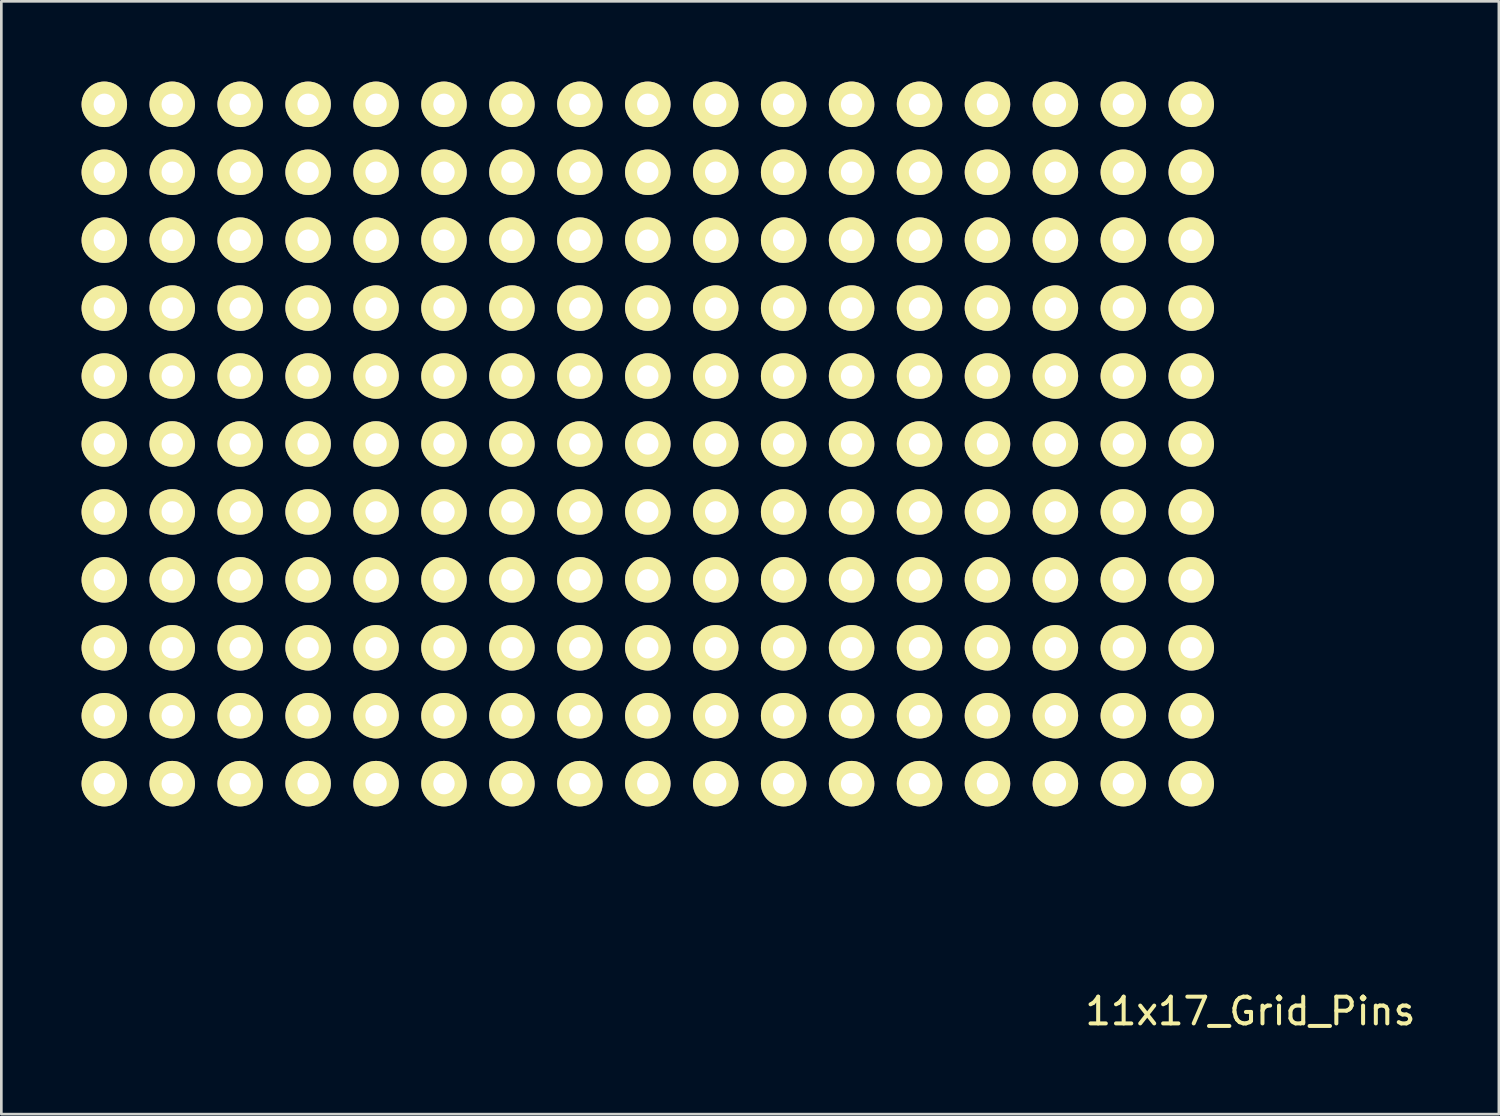
<source format=kicad_pcb>
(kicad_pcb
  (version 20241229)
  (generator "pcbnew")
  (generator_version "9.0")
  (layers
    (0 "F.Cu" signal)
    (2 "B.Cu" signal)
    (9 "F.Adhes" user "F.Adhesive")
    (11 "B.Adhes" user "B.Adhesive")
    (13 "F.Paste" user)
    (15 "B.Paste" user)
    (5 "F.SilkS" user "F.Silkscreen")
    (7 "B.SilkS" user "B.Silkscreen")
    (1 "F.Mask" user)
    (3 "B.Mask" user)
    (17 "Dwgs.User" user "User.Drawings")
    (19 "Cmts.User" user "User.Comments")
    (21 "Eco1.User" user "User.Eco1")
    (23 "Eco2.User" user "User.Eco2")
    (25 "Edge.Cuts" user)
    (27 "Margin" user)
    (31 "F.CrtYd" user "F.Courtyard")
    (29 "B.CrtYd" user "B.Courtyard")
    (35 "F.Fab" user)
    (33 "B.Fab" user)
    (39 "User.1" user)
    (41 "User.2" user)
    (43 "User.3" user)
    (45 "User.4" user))
  (footprint "11x17_Grid_Pins"
    (layer "F.Cu")
    (at 21.17 13.55)
    (property "Reference" "11x17_Grid_Pins" (at 22.53 21.209 0) (layer "F.SilkS") (effects (font (size 1 1) (thickness 0.15))))
    (attr through_hole)
    (pad "1" thru_hole circle (at -20.32 -12.7) (size 1.7 1.7) (drill 0.8) (layers "*.Cu" "*.Mask" "F.SilkS"))
    (pad "2" thru_hole circle (at -17.78 -12.7) (size 1.7 1.7) (drill 0.8) (layers "*.Cu" "*.Mask" "F.SilkS"))
    (pad "3" thru_hole circle (at -15.24 -12.7) (size 1.7 1.7) (drill 0.8) (layers "*.Cu" "*.Mask" "F.SilkS"))
    (pad "4" thru_hole circle (at -12.7 -12.7) (size 1.7 1.7) (drill 0.8) (layers "*.Cu" "*.Mask" "F.SilkS"))
    (pad "5" thru_hole circle (at -10.16 -12.7) (size 1.7 1.7) (drill 0.8) (layers "*.Cu" "*.Mask" "F.SilkS"))
    (pad "6" thru_hole circle (at -7.62 -12.7) (size 1.7 1.7) (drill 0.8) (layers "*.Cu" "*.Mask" "F.SilkS"))
    (pad "7" thru_hole circle (at -5.08 -12.7) (size 1.7 1.7) (drill 0.8) (layers "*.Cu" "*.Mask" "F.SilkS"))
    (pad "8" thru_hole circle (at -2.54 -12.7) (size 1.7 1.7) (drill 0.8) (layers "*.Cu" "*.Mask" "F.SilkS"))
    (pad "9" thru_hole circle (at 0 -12.7) (size 1.7 1.7) (drill 0.8) (layers "*.Cu" "*.Mask" "F.SilkS"))
    (pad "10" thru_hole circle (at 2.54 -12.7) (size 1.7 1.7) (drill 0.8) (layers "*.Cu" "*.Mask" "F.SilkS"))
    (pad "11" thru_hole circle (at 5.08 -12.7) (size 1.7 1.7) (drill 0.8) (layers "*.Cu" "*.Mask" "F.SilkS"))
    (pad "12" thru_hole circle (at 7.62 -12.7) (size 1.7 1.7) (drill 0.8) (layers "*.Cu" "*.Mask" "F.SilkS"))
    (pad "13" thru_hole circle (at 10.16 -12.7) (size 1.7 1.7) (drill 0.8) (layers "*.Cu" "*.Mask" "F.SilkS"))
    (pad "14" thru_hole circle (at 12.7 -12.7) (size 1.7 1.7) (drill 0.8) (layers "*.Cu" "*.Mask" "F.SilkS"))
    (pad "15" thru_hole circle (at 15.24 -12.7) (size 1.7 1.7) (drill 0.8) (layers "*.Cu" "*.Mask" "F.SilkS"))
    (pad "16" thru_hole circle (at 17.78 -12.7) (size 1.7 1.7) (drill 0.8) (layers "*.Cu" "*.Mask" "F.SilkS"))
    (pad "17" thru_hole circle (at 20.32 -12.7) (size 1.7 1.7) (drill 0.8) (layers "*.Cu" "*.Mask" "F.SilkS"))
    (pad "18" thru_hole circle (at -20.32 -10.16) (size 1.7 1.7) (drill 0.8) (layers "*.Cu" "*.Mask" "F.SilkS"))
    (pad "19" thru_hole circle (at -17.78 -10.16) (size 1.7 1.7) (drill 0.8) (layers "*.Cu" "*.Mask" "F.SilkS"))
    (pad "20" thru_hole circle (at -15.24 -10.16) (size 1.7 1.7) (drill 0.8) (layers "*.Cu" "*.Mask" "F.SilkS"))
    (pad "21" thru_hole circle (at -12.7 -10.16) (size 1.7 1.7) (drill 0.8) (layers "*.Cu" "*.Mask" "F.SilkS"))
    (pad "22" thru_hole circle (at -10.16 -10.16) (size 1.7 1.7) (drill 0.8) (layers "*.Cu" "*.Mask" "F.SilkS"))
    (pad "23" thru_hole circle (at -7.62 -10.16) (size 1.7 1.7) (drill 0.8) (layers "*.Cu" "*.Mask" "F.SilkS"))
    (pad "24" thru_hole circle (at -5.08 -10.16) (size 1.7 1.7) (drill 0.8) (layers "*.Cu" "*.Mask" "F.SilkS"))
    (pad "25" thru_hole circle (at -2.54 -10.16) (size 1.7 1.7) (drill 0.8) (layers "*.Cu" "*.Mask" "F.SilkS"))
    (pad "26" thru_hole circle (at 0 -10.16) (size 1.7 1.7) (drill 0.8) (layers "*.Cu" "*.Mask" "F.SilkS"))
    (pad "27" thru_hole circle (at 2.54 -10.16) (size 1.7 1.7) (drill 0.8) (layers "*.Cu" "*.Mask" "F.SilkS"))
    (pad "28" thru_hole circle (at 5.08 -10.16) (size 1.7 1.7) (drill 0.8) (layers "*.Cu" "*.Mask" "F.SilkS"))
    (pad "29" thru_hole circle (at 7.62 -10.16) (size 1.7 1.7) (drill 0.8) (layers "*.Cu" "*.Mask" "F.SilkS"))
    (pad "30" thru_hole circle (at 10.16 -10.16) (size 1.7 1.7) (drill 0.8) (layers "*.Cu" "*.Mask" "F.SilkS"))
    (pad "31" thru_hole circle (at 12.7 -10.16) (size 1.7 1.7) (drill 0.8) (layers "*.Cu" "*.Mask" "F.SilkS"))
    (pad "32" thru_hole circle (at 15.24 -10.16) (size 1.7 1.7) (drill 0.8) (layers "*.Cu" "*.Mask" "F.SilkS"))
    (pad "33" thru_hole circle (at 17.78 -10.16) (size 1.7 1.7) (drill 0.8) (layers "*.Cu" "*.Mask" "F.SilkS"))
    (pad "34" thru_hole circle (at 20.32 -10.16) (size 1.7 1.7) (drill 0.8) (layers "*.Cu" "*.Mask" "F.SilkS"))
    (pad "35" thru_hole circle (at -20.32 -7.62) (size 1.7 1.7) (drill 0.8) (layers "*.Cu" "*.Mask" "F.SilkS"))
    (pad "36" thru_hole circle (at -17.78 -7.62) (size 1.7 1.7) (drill 0.8) (layers "*.Cu" "*.Mask" "F.SilkS"))
    (pad "37" thru_hole circle (at -15.24 -7.62) (size 1.7 1.7) (drill 0.8) (layers "*.Cu" "*.Mask" "F.SilkS"))
    (pad "38" thru_hole circle (at -12.7 -7.62) (size 1.7 1.7) (drill 0.8) (layers "*.Cu" "*.Mask" "F.SilkS"))
    (pad "39" thru_hole circle (at -10.16 -7.62) (size 1.7 1.7) (drill 0.8) (layers "*.Cu" "*.Mask" "F.SilkS"))
    (pad "40" thru_hole circle (at -7.62 -7.62) (size 1.7 1.7) (drill 0.8) (layers "*.Cu" "*.Mask" "F.SilkS"))
    (pad "41" thru_hole circle (at -5.08 -7.62) (size 1.7 1.7) (drill 0.8) (layers "*.Cu" "*.Mask" "F.SilkS"))
    (pad "42" thru_hole circle (at -2.54 -7.62) (size 1.7 1.7) (drill 0.8) (layers "*.Cu" "*.Mask" "F.SilkS"))
    (pad "43" thru_hole circle (at 0 -7.62) (size 1.7 1.7) (drill 0.8) (layers "*.Cu" "*.Mask" "F.SilkS"))
    (pad "44" thru_hole circle (at 2.54 -7.62) (size 1.7 1.7) (drill 0.8) (layers "*.Cu" "*.Mask" "F.SilkS"))
    (pad "45" thru_hole circle (at 5.08 -7.62) (size 1.7 1.7) (drill 0.8) (layers "*.Cu" "*.Mask" "F.SilkS"))
    (pad "46" thru_hole circle (at 7.62 -7.62) (size 1.7 1.7) (drill 0.8) (layers "*.Cu" "*.Mask" "F.SilkS"))
    (pad "47" thru_hole circle (at 10.16 -7.62) (size 1.7 1.7) (drill 0.8) (layers "*.Cu" "*.Mask" "F.SilkS"))
    (pad "48" thru_hole circle (at 12.7 -7.62) (size 1.7 1.7) (drill 0.8) (layers "*.Cu" "*.Mask" "F.SilkS"))
    (pad "49" thru_hole circle (at 15.24 -7.62) (size 1.7 1.7) (drill 0.8) (layers "*.Cu" "*.Mask" "F.SilkS"))
    (pad "50" thru_hole circle (at 17.78 -7.62) (size 1.7 1.7) (drill 0.8) (layers "*.Cu" "*.Mask" "F.SilkS"))
    (pad "51" thru_hole circle (at 20.32 -7.62) (size 1.7 1.7) (drill 0.8) (layers "*.Cu" "*.Mask" "F.SilkS"))
    (pad "52" thru_hole circle (at -20.32 -5.08) (size 1.7 1.7) (drill 0.8) (layers "*.Cu" "*.Mask" "F.SilkS"))
    (pad "53" thru_hole circle (at -17.78 -5.08) (size 1.7 1.7) (drill 0.8) (layers "*.Cu" "*.Mask" "F.SilkS"))
    (pad "54" thru_hole circle (at -15.24 -5.08) (size 1.7 1.7) (drill 0.8) (layers "*.Cu" "*.Mask" "F.SilkS"))
    (pad "55" thru_hole circle (at -12.7 -5.08) (size 1.7 1.7) (drill 0.8) (layers "*.Cu" "*.Mask" "F.SilkS"))
    (pad "56" thru_hole circle (at -10.16 -5.08) (size 1.7 1.7) (drill 0.8) (layers "*.Cu" "*.Mask" "F.SilkS"))
    (pad "57" thru_hole circle (at -7.62 -5.08) (size 1.7 1.7) (drill 0.8) (layers "*.Cu" "*.Mask" "F.SilkS"))
    (pad "58" thru_hole circle (at -5.08 -5.08) (size 1.7 1.7) (drill 0.8) (layers "*.Cu" "*.Mask" "F.SilkS"))
    (pad "59" thru_hole circle (at -2.54 -5.08) (size 1.7 1.7) (drill 0.8) (layers "*.Cu" "*.Mask" "F.SilkS"))
    (pad "60" thru_hole circle (at 0 -5.08) (size 1.7 1.7) (drill 0.8) (layers "*.Cu" "*.Mask" "F.SilkS"))
    (pad "61" thru_hole circle (at 2.54 -5.08) (size 1.7 1.7) (drill 0.8) (layers "*.Cu" "*.Mask" "F.SilkS"))
    (pad "62" thru_hole circle (at 5.08 -5.08) (size 1.7 1.7) (drill 0.8) (layers "*.Cu" "*.Mask" "F.SilkS"))
    (pad "63" thru_hole circle (at 7.62 -5.08) (size 1.7 1.7) (drill 0.8) (layers "*.Cu" "*.Mask" "F.SilkS"))
    (pad "64" thru_hole circle (at 10.16 -5.08) (size 1.7 1.7) (drill 0.8) (layers "*.Cu" "*.Mask" "F.SilkS"))
    (pad "65" thru_hole circle (at 12.7 -5.08) (size 1.7 1.7) (drill 0.8) (layers "*.Cu" "*.Mask" "F.SilkS"))
    (pad "66" thru_hole circle (at 15.24 -5.08) (size 1.7 1.7) (drill 0.8) (layers "*.Cu" "*.Mask" "F.SilkS"))
    (pad "67" thru_hole circle (at 17.78 -5.08) (size 1.7 1.7) (drill 0.8) (layers "*.Cu" "*.Mask" "F.SilkS"))
    (pad "68" thru_hole circle (at 20.32 -5.08) (size 1.7 1.7) (drill 0.8) (layers "*.Cu" "*.Mask" "F.SilkS"))
    (pad "69" thru_hole circle (at -20.32 -2.54) (size 1.7 1.7) (drill 0.8) (layers "*.Cu" "*.Mask" "F.SilkS"))
    (pad "70" thru_hole circle (at -17.78 -2.54) (size 1.7 1.7) (drill 0.8) (layers "*.Cu" "*.Mask" "F.SilkS"))
    (pad "71" thru_hole circle (at -15.24 -2.54) (size 1.7 1.7) (drill 0.8) (layers "*.Cu" "*.Mask" "F.SilkS"))
    (pad "72" thru_hole circle (at -12.7 -2.54) (size 1.7 1.7) (drill 0.8) (layers "*.Cu" "*.Mask" "F.SilkS"))
    (pad "73" thru_hole circle (at -10.16 -2.54) (size 1.7 1.7) (drill 0.8) (layers "*.Cu" "*.Mask" "F.SilkS"))
    (pad "74" thru_hole circle (at -7.62 -2.54) (size 1.7 1.7) (drill 0.8) (layers "*.Cu" "*.Mask" "F.SilkS"))
    (pad "75" thru_hole circle (at -5.08 -2.54) (size 1.7 1.7) (drill 0.8) (layers "*.Cu" "*.Mask" "F.SilkS"))
    (pad "76" thru_hole circle (at -2.54 -2.54) (size 1.7 1.7) (drill 0.8) (layers "*.Cu" "*.Mask" "F.SilkS"))
    (pad "77" thru_hole circle (at 0 -2.54) (size 1.7 1.7) (drill 0.8) (layers "*.Cu" "*.Mask" "F.SilkS"))
    (pad "78" thru_hole circle (at 2.54 -2.54) (size 1.7 1.7) (drill 0.8) (layers "*.Cu" "*.Mask" "F.SilkS"))
    (pad "79" thru_hole circle (at 5.08 -2.54) (size 1.7 1.7) (drill 0.8) (layers "*.Cu" "*.Mask" "F.SilkS"))
    (pad "80" thru_hole circle (at 7.62 -2.54) (size 1.7 1.7) (drill 0.8) (layers "*.Cu" "*.Mask" "F.SilkS"))
    (pad "81" thru_hole circle (at 10.16 -2.54) (size 1.7 1.7) (drill 0.8) (layers "*.Cu" "*.Mask" "F.SilkS"))
    (pad "82" thru_hole circle (at 12.7 -2.54) (size 1.7 1.7) (drill 0.8) (layers "*.Cu" "*.Mask" "F.SilkS"))
    (pad "83" thru_hole circle (at 15.24 -2.54) (size 1.7 1.7) (drill 0.8) (layers "*.Cu" "*.Mask" "F.SilkS"))
    (pad "84" thru_hole circle (at 17.78 -2.54) (size 1.7 1.7) (drill 0.8) (layers "*.Cu" "*.Mask" "F.SilkS"))
    (pad "85" thru_hole circle (at 20.32 -2.54) (size 1.7 1.7) (drill 0.8) (layers "*.Cu" "*.Mask" "F.SilkS"))
    (pad "86" thru_hole circle (at -20.32 0) (size 1.7 1.7) (drill 0.8) (layers "*.Cu" "*.Mask" "F.SilkS"))
    (pad "87" thru_hole circle (at -17.78 0) (size 1.7 1.7) (drill 0.8) (layers "*.Cu" "*.Mask" "F.SilkS"))
    (pad "88" thru_hole circle (at -15.24 0) (size 1.7 1.7) (drill 0.8) (layers "*.Cu" "*.Mask" "F.SilkS"))
    (pad "89" thru_hole circle (at -12.7 0) (size 1.7 1.7) (drill 0.8) (layers "*.Cu" "*.Mask" "F.SilkS"))
    (pad "90" thru_hole circle (at -10.16 0) (size 1.7 1.7) (drill 0.8) (layers "*.Cu" "*.Mask" "F.SilkS"))
    (pad "91" thru_hole circle (at -7.62 0) (size 1.7 1.7) (drill 0.8) (layers "*.Cu" "*.Mask" "F.SilkS"))
    (pad "92" thru_hole circle (at -5.08 0) (size 1.7 1.7) (drill 0.8) (layers "*.Cu" "*.Mask" "F.SilkS"))
    (pad "93" thru_hole circle (at -2.54 0) (size 1.7 1.7) (drill 0.8) (layers "*.Cu" "*.Mask" "F.SilkS"))
    (pad "94" thru_hole circle (at 0 0) (size 1.7 1.7) (drill 0.8) (layers "*.Cu" "*.Mask" "F.SilkS"))
    (pad "95" thru_hole circle (at 2.54 0) (size 1.7 1.7) (drill 0.8) (layers "*.Cu" "*.Mask" "F.SilkS"))
    (pad "96" thru_hole circle (at 5.08 0) (size 1.7 1.7) (drill 0.8) (layers "*.Cu" "*.Mask" "F.SilkS"))
    (pad "97" thru_hole circle (at 7.62 0) (size 1.7 1.7) (drill 0.8) (layers "*.Cu" "*.Mask" "F.SilkS"))
    (pad "98" thru_hole circle (at 10.16 0) (size 1.7 1.7) (drill 0.8) (layers "*.Cu" "*.Mask" "F.SilkS"))
    (pad "99" thru_hole circle (at 12.7 0) (size 1.7 1.7) (drill 0.8) (layers "*.Cu" "*.Mask" "F.SilkS"))
    (pad "100" thru_hole circle (at 15.24 0) (size 1.7 1.7) (drill 0.8) (layers "*.Cu" "*.Mask" "F.SilkS"))
    (pad "101" thru_hole circle (at 17.78 0) (size 1.7 1.7) (drill 0.8) (layers "*.Cu" "*.Mask" "F.SilkS"))
    (pad "102" thru_hole circle (at 20.32 0) (size 1.7 1.7) (drill 0.8) (layers "*.Cu" "*.Mask" "F.SilkS"))
    (pad "103" thru_hole circle (at -20.32 2.54) (size 1.7 1.7) (drill 0.8) (layers "*.Cu" "*.Mask" "F.SilkS"))
    (pad "104" thru_hole circle (at -17.78 2.54) (size 1.7 1.7) (drill 0.8) (layers "*.Cu" "*.Mask" "F.SilkS"))
    (pad "105" thru_hole circle (at -15.24 2.54) (size 1.7 1.7) (drill 0.8) (layers "*.Cu" "*.Mask" "F.SilkS"))
    (pad "106" thru_hole circle (at -12.7 2.54) (size 1.7 1.7) (drill 0.8) (layers "*.Cu" "*.Mask" "F.SilkS"))
    (pad "107" thru_hole circle (at -10.16 2.54) (size 1.7 1.7) (drill 0.8) (layers "*.Cu" "*.Mask" "F.SilkS"))
    (pad "108" thru_hole circle (at -7.62 2.54) (size 1.7 1.7) (drill 0.8) (layers "*.Cu" "*.Mask" "F.SilkS"))
    (pad "109" thru_hole circle (at -5.08 2.54) (size 1.7 1.7) (drill 0.8) (layers "*.Cu" "*.Mask" "F.SilkS"))
    (pad "110" thru_hole circle (at -2.54 2.54) (size 1.7 1.7) (drill 0.8) (layers "*.Cu" "*.Mask" "F.SilkS"))
    (pad "111" thru_hole circle (at 0 2.54) (size 1.7 1.7) (drill 0.8) (layers "*.Cu" "*.Mask" "F.SilkS"))
    (pad "112" thru_hole circle (at 2.54 2.54) (size 1.7 1.7) (drill 0.8) (layers "*.Cu" "*.Mask" "F.SilkS"))
    (pad "113" thru_hole circle (at 5.08 2.54) (size 1.7 1.7) (drill 0.8) (layers "*.Cu" "*.Mask" "F.SilkS"))
    (pad "114" thru_hole circle (at 7.62 2.54) (size 1.7 1.7) (drill 0.8) (layers "*.Cu" "*.Mask" "F.SilkS"))
    (pad "115" thru_hole circle (at 10.16 2.54) (size 1.7 1.7) (drill 0.8) (layers "*.Cu" "*.Mask" "F.SilkS"))
    (pad "116" thru_hole circle (at 12.7 2.54) (size 1.7 1.7) (drill 0.8) (layers "*.Cu" "*.Mask" "F.SilkS"))
    (pad "117" thru_hole circle (at 15.24 2.54) (size 1.7 1.7) (drill 0.8) (layers "*.Cu" "*.Mask" "F.SilkS"))
    (pad "118" thru_hole circle (at 17.78 2.54) (size 1.7 1.7) (drill 0.8) (layers "*.Cu" "*.Mask" "F.SilkS"))
    (pad "119" thru_hole circle (at 20.32 2.54) (size 1.7 1.7) (drill 0.8) (layers "*.Cu" "*.Mask" "F.SilkS"))
    (pad "120" thru_hole circle (at -20.32 5.08) (size 1.7 1.7) (drill 0.8) (layers "*.Cu" "*.Mask" "F.SilkS"))
    (pad "121" thru_hole circle (at -17.78 5.08) (size 1.7 1.7) (drill 0.8) (layers "*.Cu" "*.Mask" "F.SilkS"))
    (pad "122" thru_hole circle (at -15.24 5.08) (size 1.7 1.7) (drill 0.8) (layers "*.Cu" "*.Mask" "F.SilkS"))
    (pad "123" thru_hole circle (at -12.7 5.08) (size 1.7 1.7) (drill 0.8) (layers "*.Cu" "*.Mask" "F.SilkS"))
    (pad "124" thru_hole circle (at -10.16 5.08) (size 1.7 1.7) (drill 0.8) (layers "*.Cu" "*.Mask" "F.SilkS"))
    (pad "125" thru_hole circle (at -7.62 5.08) (size 1.7 1.7) (drill 0.8) (layers "*.Cu" "*.Mask" "F.SilkS"))
    (pad "126" thru_hole circle (at -5.08 5.08) (size 1.7 1.7) (drill 0.8) (layers "*.Cu" "*.Mask" "F.SilkS"))
    (pad "127" thru_hole circle (at -2.54 5.08) (size 1.7 1.7) (drill 0.8) (layers "*.Cu" "*.Mask" "F.SilkS"))
    (pad "128" thru_hole circle (at 0 5.08) (size 1.7 1.7) (drill 0.8) (layers "*.Cu" "*.Mask" "F.SilkS"))
    (pad "129" thru_hole circle (at 2.54 5.08) (size 1.7 1.7) (drill 0.8) (layers "*.Cu" "*.Mask" "F.SilkS"))
    (pad "130" thru_hole circle (at 5.08 5.08) (size 1.7 1.7) (drill 0.8) (layers "*.Cu" "*.Mask" "F.SilkS"))
    (pad "131" thru_hole circle (at 7.62 5.08) (size 1.7 1.7) (drill 0.8) (layers "*.Cu" "*.Mask" "F.SilkS"))
    (pad "132" thru_hole circle (at 10.16 5.08) (size 1.7 1.7) (drill 0.8) (layers "*.Cu" "*.Mask" "F.SilkS"))
    (pad "133" thru_hole circle (at 12.7 5.08) (size 1.7 1.7) (drill 0.8) (layers "*.Cu" "*.Mask" "F.SilkS"))
    (pad "134" thru_hole circle (at 15.24 5.08) (size 1.7 1.7) (drill 0.8) (layers "*.Cu" "*.Mask" "F.SilkS"))
    (pad "135" thru_hole circle (at 17.78 5.08) (size 1.7 1.7) (drill 0.8) (layers "*.Cu" "*.Mask" "F.SilkS"))
    (pad "136" thru_hole circle (at 20.32 5.08) (size 1.7 1.7) (drill 0.8) (layers "*.Cu" "*.Mask" "F.SilkS"))
    (pad "137" thru_hole circle (at -20.32 7.62) (size 1.7 1.7) (drill 0.8) (layers "*.Cu" "*.Mask" "F.SilkS"))
    (pad "138" thru_hole circle (at -17.78 7.62) (size 1.7 1.7) (drill 0.8) (layers "*.Cu" "*.Mask" "F.SilkS"))
    (pad "139" thru_hole circle (at -15.24 7.62) (size 1.7 1.7) (drill 0.8) (layers "*.Cu" "*.Mask" "F.SilkS"))
    (pad "140" thru_hole circle (at -12.7 7.62) (size 1.7 1.7) (drill 0.8) (layers "*.Cu" "*.Mask" "F.SilkS"))
    (pad "141" thru_hole circle (at -10.16 7.62) (size 1.7 1.7) (drill 0.8) (layers "*.Cu" "*.Mask" "F.SilkS"))
    (pad "142" thru_hole circle (at -7.62 7.62) (size 1.7 1.7) (drill 0.8) (layers "*.Cu" "*.Mask" "F.SilkS"))
    (pad "143" thru_hole circle (at -5.08 7.62) (size 1.7 1.7) (drill 0.8) (layers "*.Cu" "*.Mask" "F.SilkS"))
    (pad "144" thru_hole circle (at -2.54 7.62) (size 1.7 1.7) (drill 0.8) (layers "*.Cu" "*.Mask" "F.SilkS"))
    (pad "145" thru_hole circle (at 0 7.62) (size 1.7 1.7) (drill 0.8) (layers "*.Cu" "*.Mask" "F.SilkS"))
    (pad "146" thru_hole circle (at 2.54 7.62) (size 1.7 1.7) (drill 0.8) (layers "*.Cu" "*.Mask" "F.SilkS"))
    (pad "147" thru_hole circle (at 5.08 7.62) (size 1.7 1.7) (drill 0.8) (layers "*.Cu" "*.Mask" "F.SilkS"))
    (pad "148" thru_hole circle (at 7.62 7.62) (size 1.7 1.7) (drill 0.8) (layers "*.Cu" "*.Mask" "F.SilkS"))
    (pad "149" thru_hole circle (at 10.16 7.62) (size 1.7 1.7) (drill 0.8) (layers "*.Cu" "*.Mask" "F.SilkS"))
    (pad "150" thru_hole circle (at 12.7 7.62) (size 1.7 1.7) (drill 0.8) (layers "*.Cu" "*.Mask" "F.SilkS"))
    (pad "151" thru_hole circle (at 15.24 7.62) (size 1.7 1.7) (drill 0.8) (layers "*.Cu" "*.Mask" "F.SilkS"))
    (pad "152" thru_hole circle (at 17.78 7.62) (size 1.7 1.7) (drill 0.8) (layers "*.Cu" "*.Mask" "F.SilkS"))
    (pad "153" thru_hole circle (at 20.32 7.62) (size 1.7 1.7) (drill 0.8) (layers "*.Cu" "*.Mask" "F.SilkS"))
    (pad "154" thru_hole circle (at -20.32 10.16) (size 1.7 1.7) (drill 0.8) (layers "*.Cu" "*.Mask" "F.SilkS"))
    (pad "155" thru_hole circle (at -17.78 10.16) (size 1.7 1.7) (drill 0.8) (layers "*.Cu" "*.Mask" "F.SilkS"))
    (pad "156" thru_hole circle (at -15.24 10.16) (size 1.7 1.7) (drill 0.8) (layers "*.Cu" "*.Mask" "F.SilkS"))
    (pad "157" thru_hole circle (at -12.7 10.16) (size 1.7 1.7) (drill 0.8) (layers "*.Cu" "*.Mask" "F.SilkS"))
    (pad "158" thru_hole circle (at -10.16 10.16) (size 1.7 1.7) (drill 0.8) (layers "*.Cu" "*.Mask" "F.SilkS"))
    (pad "159" thru_hole circle (at -7.62 10.16) (size 1.7 1.7) (drill 0.8) (layers "*.Cu" "*.Mask" "F.SilkS"))
    (pad "160" thru_hole circle (at -5.08 10.16) (size 1.7 1.7) (drill 0.8) (layers "*.Cu" "*.Mask" "F.SilkS"))
    (pad "161" thru_hole circle (at -2.54 10.16) (size 1.7 1.7) (drill 0.8) (layers "*.Cu" "*.Mask" "F.SilkS"))
    (pad "162" thru_hole circle (at 0 10.16) (size 1.7 1.7) (drill 0.8) (layers "*.Cu" "*.Mask" "F.SilkS"))
    (pad "163" thru_hole circle (at 2.54 10.16) (size 1.7 1.7) (drill 0.8) (layers "*.Cu" "*.Mask" "F.SilkS"))
    (pad "164" thru_hole circle (at 5.08 10.16) (size 1.7 1.7) (drill 0.8) (layers "*.Cu" "*.Mask" "F.SilkS"))
    (pad "165" thru_hole circle (at 7.62 10.16) (size 1.7 1.7) (drill 0.8) (layers "*.Cu" "*.Mask" "F.SilkS"))
    (pad "166" thru_hole circle (at 10.16 10.16) (size 1.7 1.7) (drill 0.8) (layers "*.Cu" "*.Mask" "F.SilkS"))
    (pad "167" thru_hole circle (at 12.7 10.16) (size 1.7 1.7) (drill 0.8) (layers "*.Cu" "*.Mask" "F.SilkS"))
    (pad "168" thru_hole circle (at 15.24 10.16) (size 1.7 1.7) (drill 0.8) (layers "*.Cu" "*.Mask" "F.SilkS"))
    (pad "169" thru_hole circle (at 17.78 10.16) (size 1.7 1.7) (drill 0.8) (layers "*.Cu" "*.Mask" "F.SilkS"))
    (pad "170" thru_hole circle (at 20.32 10.16) (size 1.7 1.7) (drill 0.8) (layers "*.Cu" "*.Mask" "F.SilkS"))
    (pad "171" thru_hole circle (at -20.32 12.7) (size 1.7 1.7) (drill 0.8) (layers "*.Cu" "*.Mask" "F.SilkS"))
    (pad "172" thru_hole circle (at -17.78 12.7) (size 1.7 1.7) (drill 0.8) (layers "*.Cu" "*.Mask" "F.SilkS"))
    (pad "173" thru_hole circle (at -15.24 12.7) (size 1.7 1.7) (drill 0.8) (layers "*.Cu" "*.Mask" "F.SilkS"))
    (pad "174" thru_hole circle (at -12.7 12.7) (size 1.7 1.7) (drill 0.8) (layers "*.Cu" "*.Mask" "F.SilkS"))
    (pad "175" thru_hole circle (at -10.16 12.7) (size 1.7 1.7) (drill 0.8) (layers "*.Cu" "*.Mask" "F.SilkS"))
    (pad "176" thru_hole circle (at -7.62 12.7) (size 1.7 1.7) (drill 0.8) (layers "*.Cu" "*.Mask" "F.SilkS"))
    (pad "177" thru_hole circle (at -5.08 12.7) (size 1.7 1.7) (drill 0.8) (layers "*.Cu" "*.Mask" "F.SilkS"))
    (pad "178" thru_hole circle (at -2.54 12.7) (size 1.7 1.7) (drill 0.8) (layers "*.Cu" "*.Mask" "F.SilkS"))
    (pad "179" thru_hole circle (at 0 12.7) (size 1.7 1.7) (drill 0.8) (layers "*.Cu" "*.Mask" "F.SilkS"))
    (pad "180" thru_hole circle (at 2.54 12.7) (size 1.7 1.7) (drill 0.8) (layers "*.Cu" "*.Mask" "F.SilkS"))
    (pad "181" thru_hole circle (at 5.08 12.7) (size 1.7 1.7) (drill 0.8) (layers "*.Cu" "*.Mask" "F.SilkS"))
    (pad "182" thru_hole circle (at 7.62 12.7) (size 1.7 1.7) (drill 0.8) (layers "*.Cu" "*.Mask" "F.SilkS"))
    (pad "183" thru_hole circle (at 10.16 12.7) (size 1.7 1.7) (drill 0.8) (layers "*.Cu" "*.Mask" "F.SilkS"))
    (pad "184" thru_hole circle (at 12.7 12.7) (size 1.7 1.7) (drill 0.8) (layers "*.Cu" "*.Mask" "F.SilkS"))
    (pad "185" thru_hole circle (at 15.24 12.7) (size 1.7 1.7) (drill 0.8) (layers "*.Cu" "*.Mask" "F.SilkS"))
    (pad "186" thru_hole circle (at 17.78 12.7) (size 1.7 1.7) (drill 0.8) (layers "*.Cu" "*.Mask" "F.SilkS"))
    (pad "187" thru_hole circle (at 20.32 12.7) (size 1.7 1.7) (drill 0.8) (layers "*.Cu" "*.Mask" "F.SilkS")))
  (gr_rect
    (start -3 -3)
    (end 52.991 38.607)
    (stroke (width 0.1) (type default))
    (fill no)
    (layer "Edge.Cuts")))
</source>
